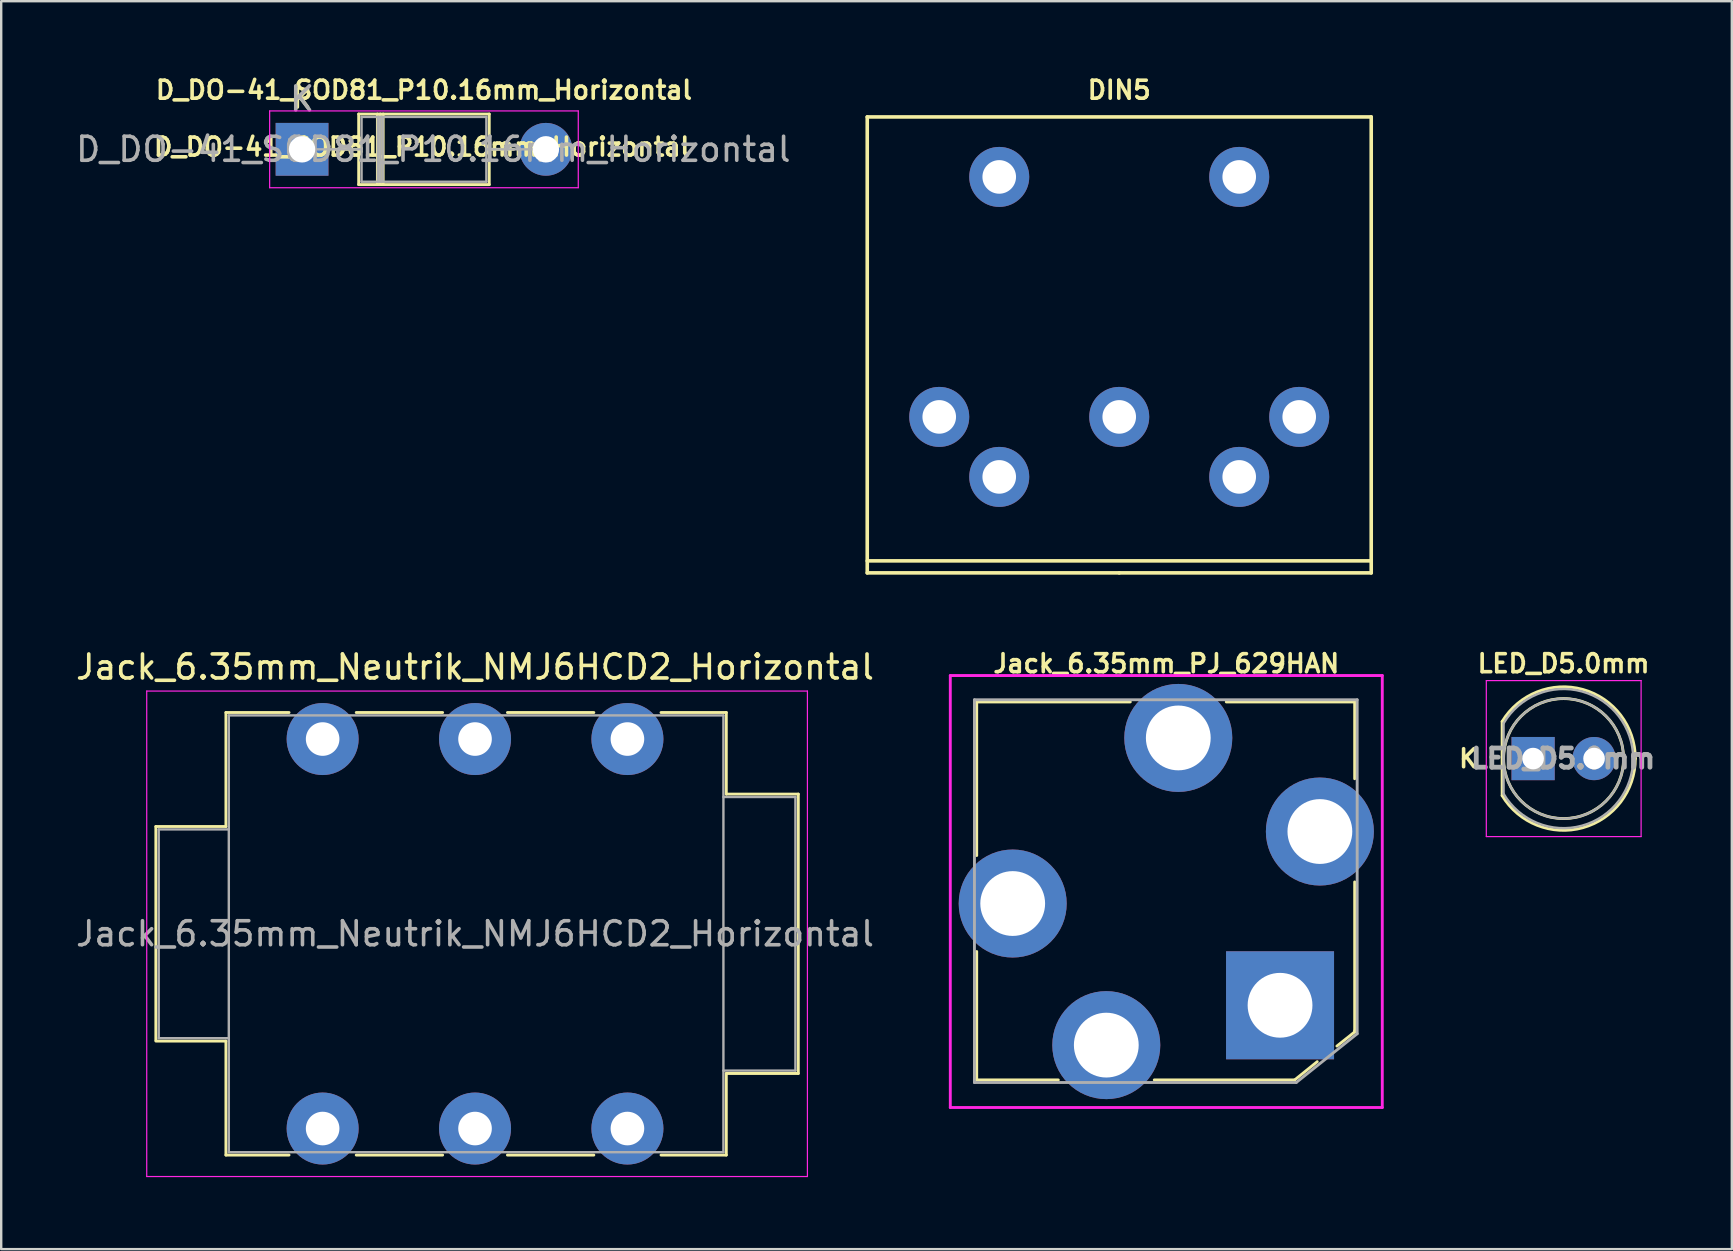
<source format=kicad_pcb>
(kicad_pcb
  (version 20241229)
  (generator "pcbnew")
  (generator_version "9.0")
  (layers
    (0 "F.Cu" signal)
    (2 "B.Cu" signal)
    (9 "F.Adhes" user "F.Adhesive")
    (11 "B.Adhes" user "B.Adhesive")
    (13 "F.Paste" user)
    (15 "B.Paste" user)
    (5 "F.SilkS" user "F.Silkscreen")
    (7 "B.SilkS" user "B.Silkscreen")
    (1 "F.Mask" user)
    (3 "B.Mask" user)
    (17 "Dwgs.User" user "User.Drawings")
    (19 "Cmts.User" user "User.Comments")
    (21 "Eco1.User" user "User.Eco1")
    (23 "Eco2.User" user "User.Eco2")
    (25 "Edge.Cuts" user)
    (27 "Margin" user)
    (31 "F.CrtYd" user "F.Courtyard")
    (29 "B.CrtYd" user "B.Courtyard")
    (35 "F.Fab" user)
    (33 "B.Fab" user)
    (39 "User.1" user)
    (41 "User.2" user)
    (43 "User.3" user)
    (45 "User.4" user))
  (footprint "DIN5"
    (layer "F.Cu")
    (at 43.587 14.322)
    (property "Reference" "DIN5" (at 0 -13.62 0) (layer "F.SilkS") (effects (font (size 0.75 0.75) (thickness 0.15))))
    (attr through_hole)
    (fp_line (start -10.5 -12.5) (end 10.5 -12.5) (stroke (width 0.15) (type solid)) (layer "F.SilkS"))
    (fp_line (start -10.5 6) (end 10.5 6) (stroke (width 0.15) (type solid)) (layer "F.SilkS"))
    (fp_line (start -10.5 6.5) (end -10.5 -12.5) (stroke (width 0.15) (type solid)) (layer "F.SilkS"))
    (fp_line (start 0 6.5) (end -10.5 6.5) (stroke (width 0.15) (type solid)) (layer "F.SilkS"))
    (fp_line (start 10.5 -12.5) (end 10.5 6.5) (stroke (width 0.15) (type solid)) (layer "F.SilkS"))
    (fp_line (start 10.5 6.5) (end 0 6.5) (stroke (width 0.15) (type solid)) (layer "F.SilkS"))
    (pad "1" thru_hole circle (at -7.5 0) (size 2.5 2.5) (drill 1.4) (layers "*.Cu" "*.Mask"))
    (pad "2" thru_hole circle (at 0 0) (size 2.5 2.5) (drill 1.4) (layers "*.Cu" "*.Mask"))
    (pad "3" thru_hole circle (at 7.5 0) (size 2.5 2.5) (drill 1.4) (layers "*.Cu" "*.Mask"))
    (pad "4" thru_hole circle (at -5 2.5) (size 2.5 2.5) (drill 1.4) (layers "*.Cu" "*.Mask"))
    (pad "5" thru_hole circle (at 5 2.5) (size 2.5 2.5) (drill 1.4) (layers "*.Cu" "*.Mask"))
    (pad "6" thru_hole circle (at -5 -10) (size 2.5 2.5) (drill 1.4) (layers "*.Cu" "*.Mask"))
    (pad "7" thru_hole circle (at 5 -10) (size 2.5 2.5) (drill 1.4) (layers "*.Cu" "*.Mask")))
  (footprint "Jack_6.35mm_PJ_629HAN"
    (layer "F.Cu")
    (at 45.548 34.099)
    (property "Reference" "Jack_6.35mm_PJ_629HAN" (at 0 -9.5 0) (layer "F.SilkS") (effects (font (size 0.75 0.75) (thickness 0.15))))
    (attr through_hole)
    (fp_line (start -7.9 -7.9) (end -1.5 -7.9) (stroke (width 0.12) (type solid)) (layer "F.SilkS"))
    (fp_line (start -7.9 -1.5) (end -7.9 -7.9) (stroke (width 0.12) (type solid)) (layer "F.SilkS"))
    (fp_line (start -7.9 7.85) (end -7.9 2.5) (stroke (width 0.12) (type solid)) (layer "F.SilkS"))
    (fp_line (start -4.5 7.85) (end -7.9 7.85) (stroke (width 0.12) (type solid)) (layer "F.SilkS"))
    (fp_line (start 2.5 -7.9) (end 7.85 -7.9) (stroke (width 0.12) (type solid)) (layer "F.SilkS"))
    (fp_line (start 5.35 7.85) (end -0.5 7.85) (stroke (width 0.12) (type solid)) (layer "F.SilkS"))
    (fp_line (start 6.29 7.09) (end 5.35 7.85) (stroke (width 0.12) (type solid)) (layer "F.SilkS"))
    (fp_line (start 7.85 -7.9) (end 7.85 -4.7) (stroke (width 0.12) (type solid)) (layer "F.SilkS"))
    (fp_line (start 7.85 -0.4) (end 7.85 5.8) (stroke (width 0.12) (type solid)) (layer "F.SilkS"))
    (fp_line (start 7.85 5.8) (end 7.85 5.85) (stroke (width 0.12) (type solid)) (layer "F.SilkS"))
    (fp_line (start 7.85 5.85) (end 7.11 6.44) (stroke (width 0.12) (type solid)) (layer "F.SilkS"))
    (fp_line (start -9 -9) (end 9 -9) (stroke (width 0.12) (type solid)) (layer "F.CrtYd"))
    (fp_line (start -9 9) (end -9 -9) (stroke (width 0.12) (type solid)) (layer "F.CrtYd"))
    (fp_line (start 9 -9) (end 9 9) (stroke (width 0.12) (type solid)) (layer "F.CrtYd"))
    (fp_line (start 9 9) (end -9 9) (stroke (width 0.12) (type solid)) (layer "F.CrtYd"))
    (fp_line (start -7.994 -7.99) (end 7.954 -7.99) (stroke (width 0.12) (type solid)) (layer "F.Fab"))
    (fp_line (start -7.994 7.958) (end -7.994 -7.99) (stroke (width 0.12) (type solid)) (layer "F.Fab"))
    (fp_line (start 5.414 7.958) (end -7.994 7.958) (stroke (width 0.12) (type solid)) (layer "F.Fab"))
    (fp_line (start 7.954 -7.99) (end 7.954 5.926) (stroke (width 0.12) (type solid)) (layer "F.Fab"))
    (fp_line (start 7.954 5.926) (end 5.414 7.958) (stroke (width 0.12) (type solid)) (layer "F.Fab"))
    (pad "R" thru_hole circle (at 0.5 -6.4) (size 4.5 4.5) (drill 2.7) (layers "*.Cu" "*.Mask"))
    (pad "RN" thru_hole circle (at 6.4 -2.5) (size 4.5 4.5) (drill 2.7) (layers "*.Cu" "*.Mask"))
    (pad "S" thru_hole rect (at 4.74 4.74) (size 4.5 4.5) (drill 2.7) (layers "*.Cu" "*.Mask"))
    (pad "T" thru_hole circle (at -6.4 0.5) (size 4.5 4.5) (drill 2.7) (layers "*.Cu" "*.Mask"))
    (pad "TN" thru_hole circle (at -2.5 6.4) (size 4.5 4.5) (drill 2.7) (layers "*.Cu" "*.Mask")))
  (footprint "D_DO-41_SOD81_P10.16mm_Horizontal"
    (layer "F.Cu")
    (at 9.536 3.172)
    (property "Reference" "D_DO-41_SOD81_P10.16mm_Horizontal" (at 5.08 -2.47 0) (layer "F.SilkS") (effects (font (size 0.75 0.75) (thickness 0.15))))
    (property "Value" "D_DO-41_SOD81_P10.16mm_Horizontal" (at 5.08 2.47 0) (layer "F.Fab") (hide yes) (effects (font (size 1 1) (thickness 0.15))))
    (attr through_hole)
    (fp_line (start 1.34 0) (end 2.36 0) (stroke (width 0.12) (type solid)) (layer "F.SilkS"))
    (fp_line (start 2.36 -1.47) (end 2.36 1.47) (stroke (width 0.12) (type solid)) (layer "F.SilkS"))
    (fp_line (start 2.36 1.47) (end 7.8 1.47) (stroke (width 0.12) (type solid)) (layer "F.SilkS"))
    (fp_line (start 3.14 -1.47) (end 3.14 1.47) (stroke (width 0.12) (type solid)) (layer "F.SilkS"))
    (fp_line (start 3.26 -1.47) (end 3.26 1.47) (stroke (width 0.12) (type solid)) (layer "F.SilkS"))
    (fp_line (start 3.38 -1.47) (end 3.38 1.47) (stroke (width 0.12) (type solid)) (layer "F.SilkS"))
    (fp_line (start 7.8 -1.47) (end 2.36 -1.47) (stroke (width 0.12) (type solid)) (layer "F.SilkS"))
    (fp_line (start 7.8 1.47) (end 7.8 -1.47) (stroke (width 0.12) (type solid)) (layer "F.SilkS"))
    (fp_line (start 8.82 0) (end 7.8 0) (stroke (width 0.12) (type solid)) (layer "F.SilkS"))
    (fp_line (start -1.35 -1.6) (end -1.35 1.6) (stroke (width 0.05) (type solid)) (layer "F.CrtYd"))
    (fp_line (start -1.35 1.6) (end 11.51 1.6) (stroke (width 0.05) (type solid)) (layer "F.CrtYd"))
    (fp_line (start 11.51 -1.6) (end -1.35 -1.6) (stroke (width 0.05) (type solid)) (layer "F.CrtYd"))
    (fp_line (start 11.51 1.6) (end 11.51 -1.6) (stroke (width 0.05) (type solid)) (layer "F.CrtYd"))
    (fp_line (start 0 0) (end 2.48 0) (stroke (width 0.1) (type solid)) (layer "F.Fab"))
    (fp_line (start 2.48 -1.35) (end 2.48 1.35) (stroke (width 0.1) (type solid)) (layer "F.Fab"))
    (fp_line (start 2.48 1.35) (end 7.68 1.35) (stroke (width 0.1) (type solid)) (layer "F.Fab"))
    (fp_line (start 3.16 -1.35) (end 3.16 1.35) (stroke (width 0.1) (type solid)) (layer "F.Fab"))
    (fp_line (start 3.26 -1.35) (end 3.26 1.35) (stroke (width 0.1) (type solid)) (layer "F.Fab"))
    (fp_line (start 3.36 -1.35) (end 3.36 1.35) (stroke (width 0.1) (type solid)) (layer "F.Fab"))
    (fp_line (start 7.68 -1.35) (end 2.48 -1.35) (stroke (width 0.1) (type solid)) (layer "F.Fab"))
    (fp_line (start 7.68 1.35) (end 7.68 -1.35) (stroke (width 0.1) (type solid)) (layer "F.Fab"))
    (fp_line (start 10.16 0) (end 7.68 0) (stroke (width 0.1) (type solid)) (layer "F.Fab"))
    (fp_text user "K" (at 0 -2.1 0) (layer "F.SilkS") (effects (font (size 0.75 0.75) (thickness 0.15))))
    (fp_text user "${VALUE}" (at 5 -0.1 0) (layer "F.SilkS") (effects (font (size 0.75 0.75) (thickness 0.15))))
    (fp_text user "K" (at 0 -2.1 0) (layer "F.Fab") (effects (font (size 1 1) (thickness 0.15))))
    (fp_text user "${REFERENCE}" (at 5.47 0 0) (layer "F.Fab") (effects (font (size 1 1) (thickness 0.15))))
    (pad "1" thru_hole rect (at 0 0) (size 2.2 2.2) (drill 1.1) (layers "*.Cu" "*.Mask"))
    (pad "2" thru_hole oval (at 10.16 0) (size 2.2 2.2) (drill 1.1) (layers "*.Cu" "*.Mask")))
  (footprint "LED_D5.0mm"
    (layer "F.Cu")
    (at 60.833 28.559)
    (property "Reference" "LED_D5.0mm" (at 1.27 -3.96 0) (layer "F.SilkS") (effects (font (size 0.75 0.75) (thickness 0.15))))
    (attr through_hole)
    (fp_line (start -1.29 -1.545) (end -1.29 1.545) (stroke (width 0.12) (type solid)) (layer "F.SilkS"))
    (fp_arc (start -1.29 -1.54483) (mid 2.072002 -2.880433) (end 4.26 0.000462) (stroke (width 0.12) (type solid)) (layer "F.SilkS"))
    (fp_arc (start 4.26 -0.000462) (mid 2.072002 2.880433) (end -1.29 1.54483) (stroke (width 0.12) (type solid)) (layer "F.SilkS"))
    (fp_circle (center 1.27 0) (end 3.77 0) (stroke (width 0.12) (type solid)) (fill no) (layer "F.SilkS"))
    (fp_line (start -1.95 -3.25) (end -1.95 3.25) (stroke (width 0.05) (type solid)) (layer "F.CrtYd"))
    (fp_line (start -1.95 3.25) (end 4.5 3.25) (stroke (width 0.05) (type solid)) (layer "F.CrtYd"))
    (fp_line (start 4.5 -3.25) (end -1.95 -3.25) (stroke (width 0.05) (type solid)) (layer "F.CrtYd"))
    (fp_line (start 4.5 3.25) (end 4.5 -3.25) (stroke (width 0.05) (type solid)) (layer "F.CrtYd"))
    (fp_line (start -1.23 -1.47) (end -1.23 1.47) (stroke (width 0.1) (type solid)) (layer "F.Fab"))
    (fp_arc (start -1.23 -1.469694) (mid 4.17 0.000016) (end -1.230016 1.469666) (stroke (width 0.1) (type solid)) (layer "F.Fab"))
    (fp_circle (center 1.27 0) (end 3.77 0) (stroke (width 0.1) (type solid)) (fill no) (layer "F.Fab"))
    (fp_text user "K" (at -2.7 0 0) (layer "F.SilkS") (effects (font (size 0.75 0.75) (thickness 0.15))))
    (fp_text user "${REFERENCE}" (at 1.25 0 0) (layer "F.Fab") (effects (font (size 0.8 0.8) (thickness 0.2))))
    (pad "1" thru_hole rect (at 0 0) (size 1.8 1.8) (drill 0.9) (layers "*.Cu" "*.Mask"))
    (pad "2" thru_hole circle (at 2.54 0) (size 1.8 1.8) (drill 0.9) (layers "*.Cu" "*.Mask")))
  (footprint "Jack_6.35mm_Neutrik_NMJ6HCD2_Horizontal"
    (layer "F.Cu")
    (at 10.394 27.745)
    (property "Reference" "Jack_6.35mm_Neutrik_NMJ6HCD2_Horizontal" (at 6.35 -3 0) (layer "F.SilkS") (effects (font (size 1 1) (thickness 0.15))))
    (attr through_hole)
    (fp_line (start -6.95 3.645) (end -4.03 3.645) (stroke (width 0.12) (type solid)) (layer "F.SilkS"))
    (fp_line (start -6.95 12.545) (end -6.95 3.645) (stroke (width 0.12) (type solid)) (layer "F.SilkS"))
    (fp_line (start -6.95 12.585) (end -4.03 12.585) (stroke (width 0.12) (type solid)) (layer "F.SilkS"))
    (fp_line (start -4.03 -1.105) (end -1.4 -1.105) (stroke (width 0.12) (type solid)) (layer "F.SilkS"))
    (fp_line (start -4.03 3.645) (end -4.03 -1.105) (stroke (width 0.12) (type solid)) (layer "F.SilkS"))
    (fp_line (start -4.03 17.335) (end -4.03 12.585) (stroke (width 0.12) (type solid)) (layer "F.SilkS"))
    (fp_line (start -1.4 17.335) (end -4.03 17.335) (stroke (width 0.12) (type solid)) (layer "F.SilkS"))
    (fp_line (start 1.4 -1.105) (end 5 -1.105) (stroke (width 0.12) (type solid)) (layer "F.SilkS"))
    (fp_line (start 5 17.335) (end 1.4 17.335) (stroke (width 0.12) (type solid)) (layer "F.SilkS"))
    (fp_line (start 7.7 -1.105) (end 11.3 -1.105) (stroke (width 0.12) (type solid)) (layer "F.SilkS"))
    (fp_line (start 11.3 17.335) (end 7.7 17.335) (stroke (width 0.12) (type solid)) (layer "F.SilkS"))
    (fp_line (start 16.82 -1.105) (end 14.1 -1.105) (stroke (width 0.12) (type solid)) (layer "F.SilkS"))
    (fp_line (start 16.82 2.295) (end 16.82 -1.105) (stroke (width 0.12) (type solid)) (layer "F.SilkS"))
    (fp_line (start 16.82 2.295) (end 19.82 2.295) (stroke (width 0.12) (type solid)) (layer "F.SilkS"))
    (fp_line (start 16.82 13.935) (end 19.82 13.935) (stroke (width 0.12) (type solid)) (layer "F.SilkS"))
    (fp_line (start 16.82 17.335) (end 14.1 17.335) (stroke (width 0.12) (type solid)) (layer "F.SilkS"))
    (fp_line (start 16.82 17.335) (end 16.82 13.935) (stroke (width 0.12) (type solid)) (layer "F.SilkS"))
    (fp_line (start 19.82 13.935) (end 19.82 2.295) (stroke (width 0.12) (type solid)) (layer "F.SilkS"))
    (fp_line (start -7.33 18.23) (end -7.33 -2) (stroke (width 0.05) (type solid)) (layer "F.CrtYd"))
    (fp_line (start -7.33 18.23) (end 20.2 18.23) (stroke (width 0.05) (type solid)) (layer "F.CrtYd"))
    (fp_line (start 20.2 -2) (end -7.33 -2) (stroke (width 0.05) (type solid)) (layer "F.CrtYd"))
    (fp_line (start 20.2 18.23) (end 20.2 -2) (stroke (width 0.05) (type solid)) (layer "F.CrtYd"))
    (fp_line (start -6.83 3.765) (end -3.91 3.765) (stroke (width 0.1) (type solid)) (layer "F.Fab"))
    (fp_line (start -6.83 12.465) (end -6.83 3.765) (stroke (width 0.1) (type solid)) (layer "F.Fab"))
    (fp_line (start -6.83 12.465) (end -3.91 12.465) (stroke (width 0.1) (type solid)) (layer "F.Fab"))
    (fp_line (start -3.91 17.215) (end -3.91 -0.985) (stroke (width 0.1) (type solid)) (layer "F.Fab"))
    (fp_line (start 16.7 -0.985) (end -3.91 -0.985) (stroke (width 0.1) (type solid)) (layer "F.Fab"))
    (fp_line (start 16.7 17.215) (end -3.91 17.215) (stroke (width 0.1) (type solid)) (layer "F.Fab"))
    (fp_line (start 16.7 17.215) (end 16.7 -0.985) (stroke (width 0.1) (type solid)) (layer "F.Fab"))
    (fp_line (start 19.7 2.415) (end 16.7 2.415) (stroke (width 0.1) (type solid)) (layer "F.Fab"))
    (fp_line (start 19.7 13.815) (end 16.7 13.815) (stroke (width 0.1) (type solid)) (layer "F.Fab"))
    (fp_line (start 19.7 13.815) (end 19.7 2.415) (stroke (width 0.1) (type solid)) (layer "F.Fab"))
    (fp_text user "${REFERENCE}" (at 6.35 8.115 0) (layer "F.Fab") (effects (font (size 1 1) (thickness 0.15))))
    (pad "R" thru_hole circle (at 6.35 0) (size 3 3) (drill 1.4) (layers "*.Cu" "*.Mask"))
    (pad "RN" thru_hole circle (at 6.35 16.23) (size 3 3) (drill 1.4) (layers "*.Cu" "*.Mask"))
    (pad "S" thru_hole circle (at 12.7 0) (size 3 3) (drill 1.4) (layers "*.Cu" "*.Mask"))
    (pad "SN" thru_hole circle (at 12.7 16.23) (size 3 3) (drill 1.4) (layers "*.Cu" "*.Mask"))
    (pad "T" thru_hole circle (at 0 0) (size 3 3) (drill 1.4) (layers "*.Cu" "*.Mask"))
    (pad "TN" thru_hole circle (at 0 16.23) (size 3 3) (drill 1.4) (layers "*.Cu" "*.Mask")))
  (gr_rect
    (start -3 -3)
    (end 69.113 49)
    (stroke (width 0.1) (type default))
    (fill no)
    (layer "Edge.Cuts")))
</source>
